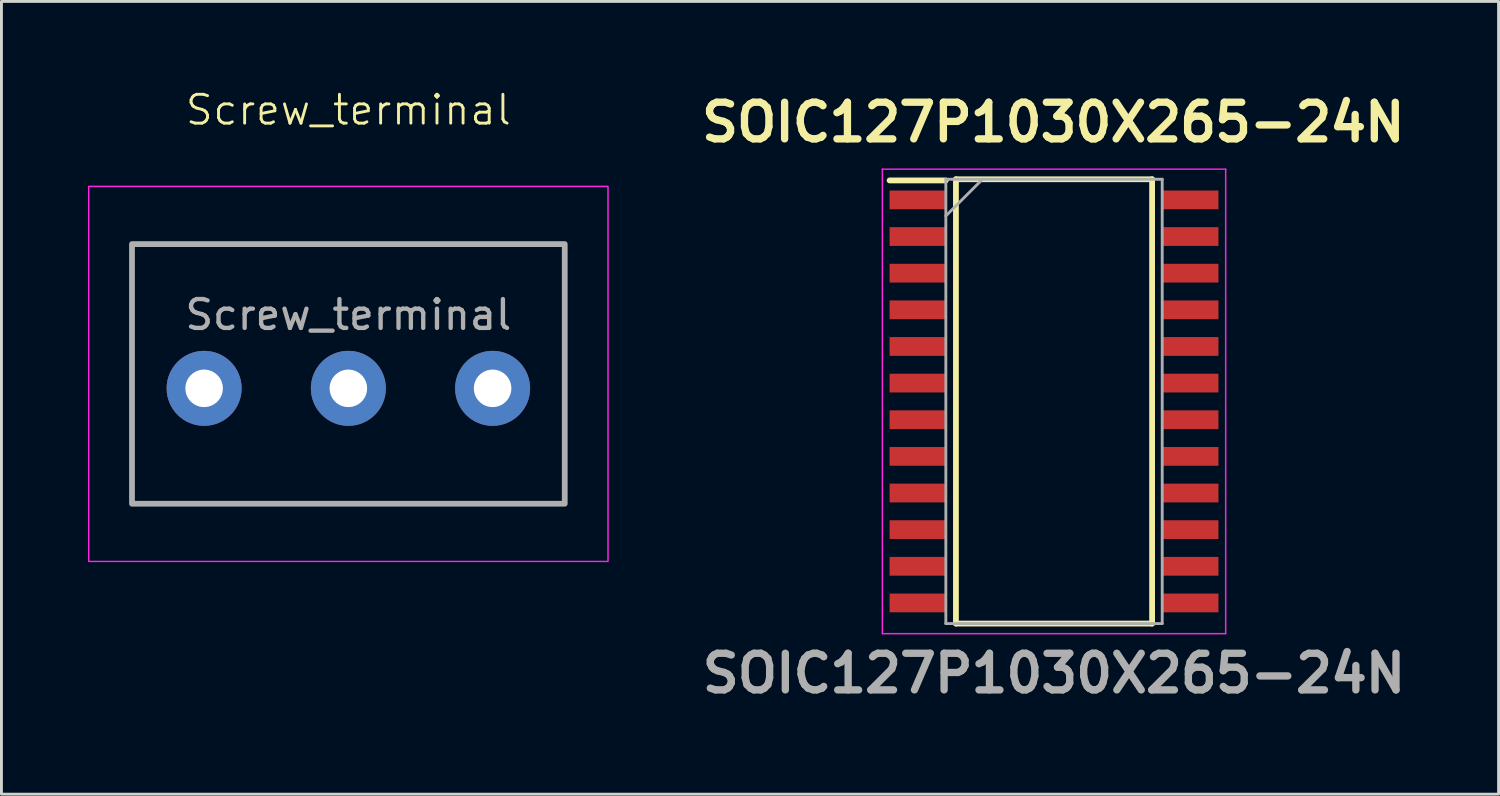
<source format=kicad_pcb>
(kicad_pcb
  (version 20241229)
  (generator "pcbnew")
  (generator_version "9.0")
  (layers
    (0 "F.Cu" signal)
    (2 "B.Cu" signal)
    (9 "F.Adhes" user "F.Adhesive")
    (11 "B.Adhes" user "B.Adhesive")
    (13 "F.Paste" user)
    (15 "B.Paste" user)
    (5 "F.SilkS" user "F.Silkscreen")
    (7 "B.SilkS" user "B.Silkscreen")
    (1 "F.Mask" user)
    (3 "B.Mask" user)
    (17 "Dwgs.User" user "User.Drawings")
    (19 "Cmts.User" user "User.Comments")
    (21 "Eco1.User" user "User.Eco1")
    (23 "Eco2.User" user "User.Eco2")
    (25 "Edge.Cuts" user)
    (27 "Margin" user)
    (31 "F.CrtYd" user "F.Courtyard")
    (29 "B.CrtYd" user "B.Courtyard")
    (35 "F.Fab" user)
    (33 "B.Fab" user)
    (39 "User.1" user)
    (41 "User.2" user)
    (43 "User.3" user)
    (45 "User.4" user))
  (footprint "Screw_terminal"
    (layer "F.Cu")
    (at 9.025 10.411)
    (property "Reference" "Screw_terminal" (at 0 -9.65 0) (unlocked yes) (layer "F.SilkS") (effects (font (size 1 1) (thickness 0.1))))
    (attr smd)
    (fp_rect (start -9 -7) (end 9 6) (stroke (width 0.05) (type default)) (fill no) (layer "F.CrtYd"))
    (fp_rect (start -7.5 -5) (end 7.5 4) (stroke (width 0.2) (type solid)) (fill no) (layer "F.Fab"))
    (fp_text user "${REFERENCE}" (at 0 -2.55 0) (unlocked yes) (layer "F.Fab") (effects (font (size 1 1) (thickness 0.15))))
    (pad "1" thru_hole circle (at -5 0) (size 2.6 2.6) (drill 1.3) (layers "*.Cu" "*.Mask"))
    (pad "2" thru_hole circle (at 0 0) (size 2.6 2.6) (drill 1.3) (layers "*.Cu" "*.Mask"))
    (pad "3" thru_hole circle (at 5 0) (size 2.6 2.6) (drill 1.3) (layers "*.Cu" "*.Mask")))
  (footprint "SOIC127P1030X265-24N"
    (layer "F.Cu")
    (at 33.485 10.864)
    (property "Reference" "SOIC127P1030X265-24N" (at -0.025 -9.675 0) (layer "F.SilkS") (effects (font (size 1.27 1.27) (thickness 0.254))))
    (attr smd)
    (fp_line (start -5.7 -7.66) (end -3.75 -7.66) (stroke (width 0.2) (type solid)) (layer "F.SilkS"))
    (fp_line (start -3.4 -7.7) (end 3.4 -7.7) (stroke (width 0.2) (type solid)) (layer "F.SilkS"))
    (fp_line (start -3.4 7.7) (end -3.4 -7.7) (stroke (width 0.2) (type solid)) (layer "F.SilkS"))
    (fp_line (start 3.4 -7.7) (end 3.4 7.7) (stroke (width 0.2) (type solid)) (layer "F.SilkS"))
    (fp_line (start 3.4 7.7) (end -3.4 7.7) (stroke (width 0.2) (type solid)) (layer "F.SilkS"))
    (fp_line (start -5.95 -8.05) (end 5.95 -8.05) (stroke (width 0.05) (type solid)) (layer "F.CrtYd"))
    (fp_line (start -5.95 8.05) (end -5.95 -8.05) (stroke (width 0.05) (type solid)) (layer "F.CrtYd"))
    (fp_line (start 5.95 -8.05) (end 5.95 8.05) (stroke (width 0.05) (type solid)) (layer "F.CrtYd"))
    (fp_line (start 5.95 8.05) (end -5.95 8.05) (stroke (width 0.05) (type solid)) (layer "F.CrtYd"))
    (fp_line (start -3.75 -7.7) (end 3.75 -7.7) (stroke (width 0.1) (type solid)) (layer "F.Fab"))
    (fp_line (start -3.75 -6.43) (end -2.48 -7.7) (stroke (width 0.1) (type solid)) (layer "F.Fab"))
    (fp_line (start -3.75 7.7) (end -3.75 -7.7) (stroke (width 0.1) (type solid)) (layer "F.Fab"))
    (fp_line (start 3.75 -7.7) (end 3.75 7.7) (stroke (width 0.1) (type solid)) (layer "F.Fab"))
    (fp_line (start 3.75 7.7) (end -3.75 7.7) (stroke (width 0.1) (type solid)) (layer "F.Fab"))
    (fp_text user "${REFERENCE}" (at 0 9.425 0) (layer "F.Fab") (effects (font (size 1.27 1.27) (thickness 0.254))))
    (pad "1" smd rect (at -4.725 -6.985 90) (size 0.65 1.95) (layers "F.Cu" "F.Mask" "F.Paste"))
    (pad "2" smd rect (at -4.725 -5.715 90) (size 0.65 1.95) (layers "F.Cu" "F.Mask" "F.Paste"))
    (pad "3" smd rect (at -4.725 -4.445 90) (size 0.65 1.95) (layers "F.Cu" "F.Mask" "F.Paste"))
    (pad "4" smd rect (at -4.725 -3.175 90) (size 0.65 1.95) (layers "F.Cu" "F.Mask" "F.Paste"))
    (pad "5" smd rect (at -4.725 -1.905 90) (size 0.65 1.95) (layers "F.Cu" "F.Mask" "F.Paste"))
    (pad "6" smd rect (at -4.725 -0.635 90) (size 0.65 1.95) (layers "F.Cu" "F.Mask" "F.Paste"))
    (pad "7" smd rect (at -4.725 0.635 90) (size 0.65 1.95) (layers "F.Cu" "F.Mask" "F.Paste"))
    (pad "8" smd rect (at -4.725 1.905 90) (size 0.65 1.95) (layers "F.Cu" "F.Mask" "F.Paste"))
    (pad "9" smd rect (at -4.725 3.175 90) (size 0.65 1.95) (layers "F.Cu" "F.Mask" "F.Paste"))
    (pad "10" smd rect (at -4.725 4.445 90) (size 0.65 1.95) (layers "F.Cu" "F.Mask" "F.Paste"))
    (pad "11" smd rect (at -4.725 5.715 90) (size 0.65 1.95) (layers "F.Cu" "F.Mask" "F.Paste"))
    (pad "12" smd rect (at -4.725 6.985 90) (size 0.65 1.95) (layers "F.Cu" "F.Mask" "F.Paste"))
    (pad "13" smd rect (at 4.725 6.985 90) (size 0.65 1.95) (layers "F.Cu" "F.Mask" "F.Paste"))
    (pad "14" smd rect (at 4.725 5.715 90) (size 0.65 1.95) (layers "F.Cu" "F.Mask" "F.Paste"))
    (pad "15" smd rect (at 4.725 4.445 90) (size 0.65 1.95) (layers "F.Cu" "F.Mask" "F.Paste"))
    (pad "16" smd rect (at 4.725 3.175 90) (size 0.65 1.95) (layers "F.Cu" "F.Mask" "F.Paste"))
    (pad "17" smd rect (at 4.725 1.905 90) (size 0.65 1.95) (layers "F.Cu" "F.Mask" "F.Paste"))
    (pad "18" smd rect (at 4.725 0.635 90) (size 0.65 1.95) (layers "F.Cu" "F.Mask" "F.Paste"))
    (pad "19" smd rect (at 4.725 -0.635 90) (size 0.65 1.95) (layers "F.Cu" "F.Mask" "F.Paste"))
    (pad "20" smd rect (at 4.725 -1.905 90) (size 0.65 1.95) (layers "F.Cu" "F.Mask" "F.Paste"))
    (pad "21" smd rect (at 4.725 -3.175 90) (size 0.65 1.95) (layers "F.Cu" "F.Mask" "F.Paste"))
    (pad "22" smd rect (at 4.725 -4.445 90) (size 0.65 1.95) (layers "F.Cu" "F.Mask" "F.Paste"))
    (pad "23" smd rect (at 4.725 -5.715 90) (size 0.65 1.95) (layers "F.Cu" "F.Mask" "F.Paste"))
    (pad "24" smd rect (at 4.725 -6.985 90) (size 0.65 1.95) (layers "F.Cu" "F.Mask" "F.Paste")))
  (gr_rect
    (start -3 -3)
    (end 48.894 24.477)
    (stroke (width 0.1) (type default))
    (fill no)
    (layer "Edge.Cuts")))
</source>
